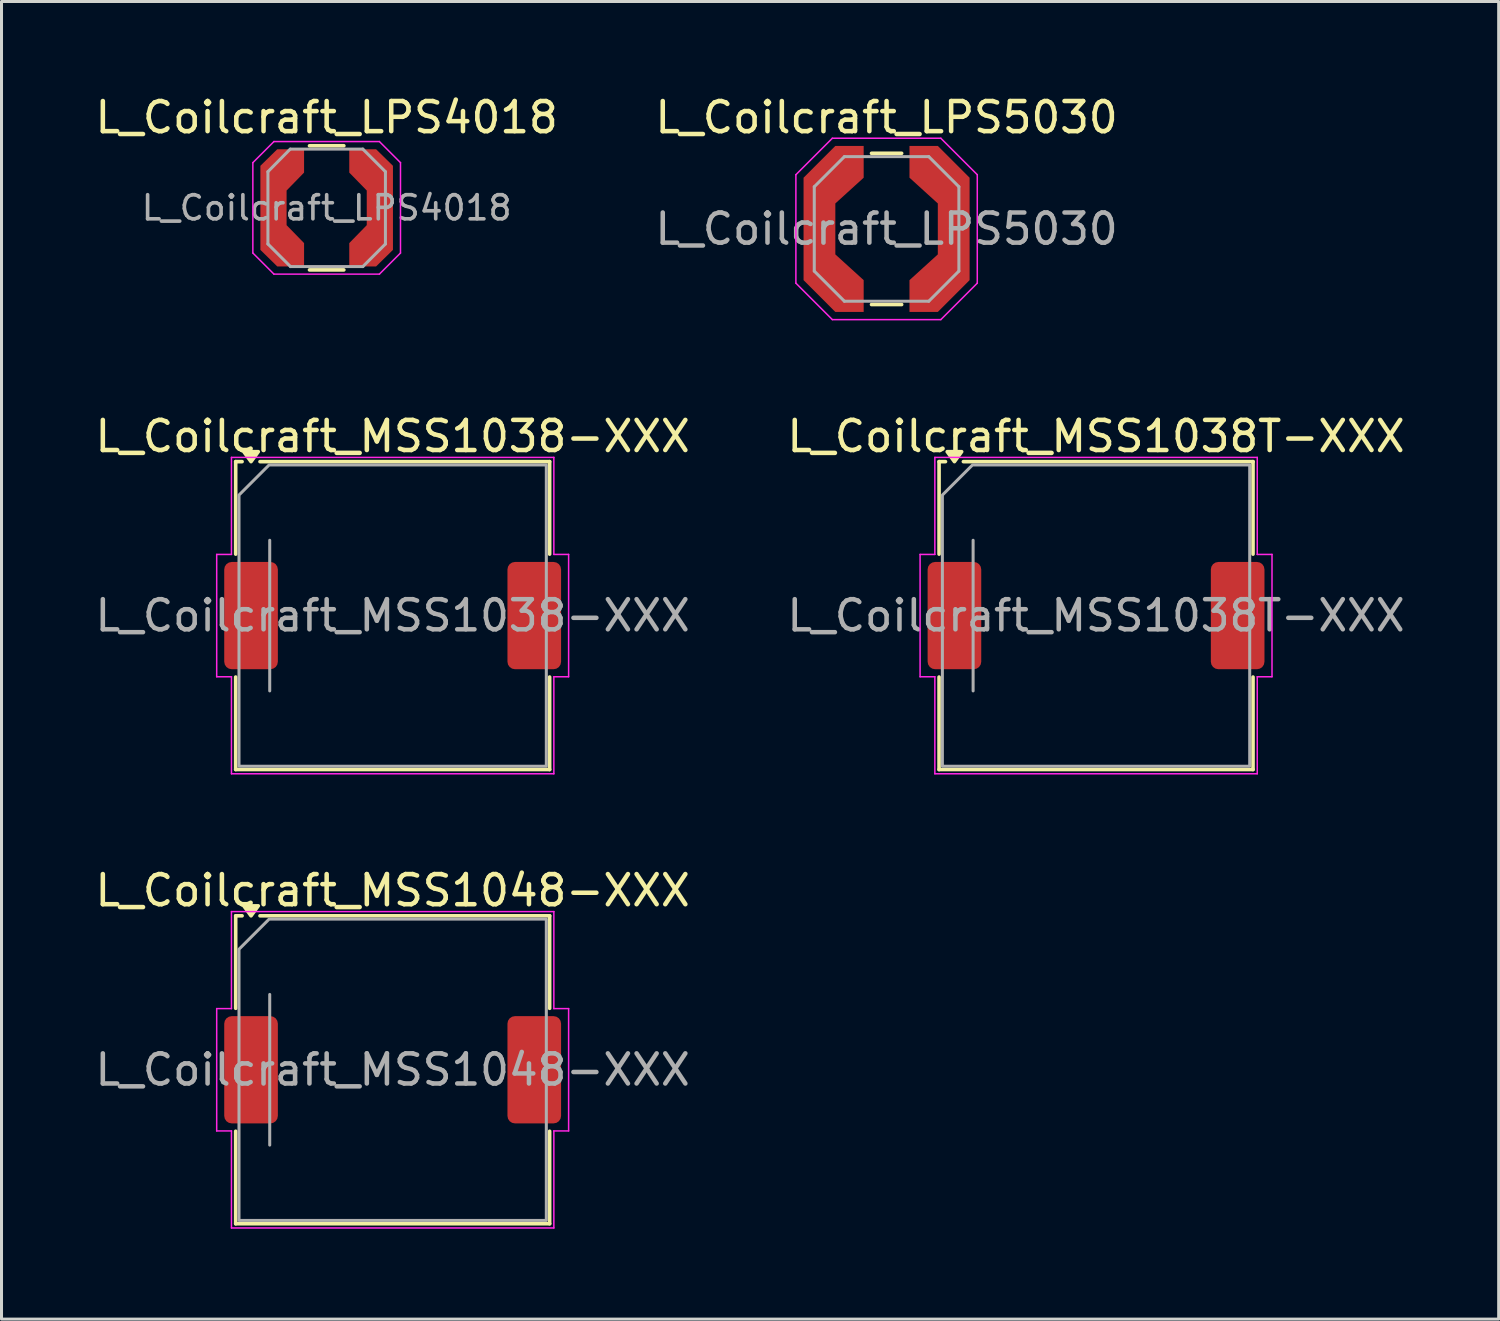
<source format=kicad_pcb>
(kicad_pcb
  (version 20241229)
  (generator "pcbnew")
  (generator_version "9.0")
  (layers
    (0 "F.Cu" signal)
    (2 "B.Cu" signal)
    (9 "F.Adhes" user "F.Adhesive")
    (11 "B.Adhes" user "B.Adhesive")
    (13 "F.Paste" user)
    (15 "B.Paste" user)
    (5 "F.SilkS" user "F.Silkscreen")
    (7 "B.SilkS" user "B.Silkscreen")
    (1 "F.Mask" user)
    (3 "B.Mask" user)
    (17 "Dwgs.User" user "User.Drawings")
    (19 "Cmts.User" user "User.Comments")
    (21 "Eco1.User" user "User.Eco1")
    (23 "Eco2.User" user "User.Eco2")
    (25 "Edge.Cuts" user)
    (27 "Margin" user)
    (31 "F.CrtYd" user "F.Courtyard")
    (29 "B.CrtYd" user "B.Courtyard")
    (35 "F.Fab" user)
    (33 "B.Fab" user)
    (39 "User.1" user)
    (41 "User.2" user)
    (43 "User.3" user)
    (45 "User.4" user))
  (footprint "L_Coilcraft_LPS5030"
    (layer "F.Cu")
    (at 26.375 4.548)
    (property "Reference" "L_Coilcraft_LPS5030" (at 0 -3.7 0) (layer "F.SilkS") (effects (font (size 1 1) (thickness 0.15))))
    (attr smd)
    (fp_line (start -0.5 -2.51) (end 0.5 -2.51) (stroke (width 0.12) (type solid)) (layer "F.SilkS"))
    (fp_line (start -0.5 2.51) (end 0.5 2.51) (stroke (width 0.12) (type solid)) (layer "F.SilkS"))
    (fp_line (start -3.01 -1.8) (end -1.8 -3.01) (stroke (width 0.05) (type solid)) (layer "F.CrtYd"))
    (fp_line (start -3.01 1.8) (end -3.01 -1.8) (stroke (width 0.05) (type solid)) (layer "F.CrtYd"))
    (fp_line (start -1.8 -3.01) (end 1.8 -3.01) (stroke (width 0.05) (type solid)) (layer "F.CrtYd"))
    (fp_line (start -1.8 3.01) (end -3.01 1.8) (stroke (width 0.05) (type solid)) (layer "F.CrtYd"))
    (fp_line (start 1.8 -3.01) (end 3.01 -1.8) (stroke (width 0.05) (type solid)) (layer "F.CrtYd"))
    (fp_line (start 1.8 3.01) (end -1.8 3.01) (stroke (width 0.05) (type solid)) (layer "F.CrtYd"))
    (fp_line (start 3.01 -1.8) (end 3.01 1.8) (stroke (width 0.05) (type solid)) (layer "F.CrtYd"))
    (fp_line (start 3.01 1.8) (end 1.8 3.01) (stroke (width 0.05) (type solid)) (layer "F.CrtYd"))
    (fp_line (start -2.4 -1.4) (end -1.4 -2.4) (stroke (width 0.1) (type solid)) (layer "F.Fab"))
    (fp_line (start -2.4 1.4) (end -2.4 -1.4) (stroke (width 0.1) (type solid)) (layer "F.Fab"))
    (fp_line (start -2.4 1.4) (end -1.4 2.4) (stroke (width 0.1) (type solid)) (layer "F.Fab"))
    (fp_line (start -1.4 -2.4) (end 1.4 -2.4) (stroke (width 0.1) (type solid)) (layer "F.Fab"))
    (fp_line (start 1.4 -2.4) (end 2.4 -1.4) (stroke (width 0.1) (type solid)) (layer "F.Fab"))
    (fp_line (start 1.4 2.4) (end -1.4 2.4) (stroke (width 0.1) (type solid)) (layer "F.Fab"))
    (fp_line (start 2.4 -1.4) (end 2.4 1.4) (stroke (width 0.1) (type solid)) (layer "F.Fab"))
    (fp_line (start 2.4 1.4) (end 1.4 2.4) (stroke (width 0.1) (type solid)) (layer "F.Fab"))
    (fp_text user "${REFERENCE}" (at 0 0 0) (layer "F.Fab") (effects (font (size 1 1) (thickness 0.15))))
    (pad "1" smd custom (at -2.228 0) (size 1.055 3.4) (layers "F.Cu" "F.Mask" "F.Paste") (options (anchor rect)) (primitives (gr_poly (pts (xy 1.468 -1.7) (xy 0.527 -0.845) (xy 0.527 0.845) (xy 1.468 1.7) (xy 1.468 2.755) (xy 0.527 2.755) (xy -0.527 1.7) (xy -0.527 -1.7) (xy 0.527 -2.755) (xy 1.468 -2.755)) (width 0) (fill yes))))
    (pad "2" smd custom (at 2.228 0) (size 1.055 3.4) (layers "F.Cu" "F.Mask" "F.Paste") (options (anchor rect)) (primitives (gr_poly (pts (xy 0.527 -1.7) (xy 0.527 1.7) (xy -0.527 2.755) (xy -1.468 2.755) (xy -1.468 1.7) (xy -0.527 0.845) (xy -0.527 -0.845) (xy -1.468 -1.7) (xy -1.468 -2.755) (xy -0.527 -2.755)) (width 0) (fill yes)))))
  (footprint "L_Coilcraft_MSS1048-XXX"
    (layer "F.Cu")
    (at 9.982 32.455)
    (property "Reference" "L_Coilcraft_MSS1048-XXX" (at 0 -5.95 0) (layer "F.SilkS") (effects (font (size 1 1) (thickness 0.15))))
    (attr smd)
    (fp_line (start -5.21 -5.11) (end -4.997 -5.11) (stroke (width 0.12) (type solid)) (layer "F.SilkS"))
    (fp_line (start -5.21 -2.04) (end -5.21 -5.11) (stroke (width 0.12) (type solid)) (layer "F.SilkS"))
    (fp_line (start -5.21 5.11) (end -5.21 2.04) (stroke (width 0.12) (type solid)) (layer "F.SilkS"))
    (fp_line (start -4.403 -5.11) (end 5.21 -5.11) (stroke (width 0.12) (type solid)) (layer "F.SilkS"))
    (fp_line (start 5.21 -5.11) (end 5.21 -2.04) (stroke (width 0.12) (type solid)) (layer "F.SilkS"))
    (fp_line (start 5.21 2.04) (end 5.21 5.11) (stroke (width 0.12) (type solid)) (layer "F.SilkS"))
    (fp_line (start 5.21 5.11) (end -5.21 5.11) (stroke (width 0.12) (type solid)) (layer "F.SilkS"))
    (fp_poly (pts (xy -4.7 -5.11) (xy -4.94 -5.44) (xy -4.46 -5.44)) (stroke (width 0.12) (type solid)) (fill yes) (layer "F.SilkS"))
    (fp_line (start -5.84 -2.03) (end -5.35 -2.03) (stroke (width 0.05) (type solid)) (layer "F.CrtYd"))
    (fp_line (start -5.84 2.03) (end -5.84 -2.03) (stroke (width 0.05) (type solid)) (layer "F.CrtYd"))
    (fp_line (start -5.35 -5.25) (end 5.35 -5.25) (stroke (width 0.05) (type solid)) (layer "F.CrtYd"))
    (fp_line (start -5.35 -2.03) (end -5.35 -5.25) (stroke (width 0.05) (type solid)) (layer "F.CrtYd"))
    (fp_line (start -5.35 2.03) (end -5.84 2.03) (stroke (width 0.05) (type solid)) (layer "F.CrtYd"))
    (fp_line (start -5.35 5.25) (end -5.35 2.03) (stroke (width 0.05) (type solid)) (layer "F.CrtYd"))
    (fp_line (start 5.35 -5.25) (end 5.35 -2.03) (stroke (width 0.05) (type solid)) (layer "F.CrtYd"))
    (fp_line (start 5.35 -2.03) (end 5.84 -2.03) (stroke (width 0.05) (type solid)) (layer "F.CrtYd"))
    (fp_line (start 5.35 2.03) (end 5.35 5.25) (stroke (width 0.05) (type solid)) (layer "F.CrtYd"))
    (fp_line (start 5.35 5.25) (end -5.35 5.25) (stroke (width 0.05) (type solid)) (layer "F.CrtYd"))
    (fp_line (start 5.84 -2.03) (end 5.84 2.03) (stroke (width 0.05) (type solid)) (layer "F.CrtYd"))
    (fp_line (start 5.84 2.03) (end 5.35 2.03) (stroke (width 0.05) (type solid)) (layer "F.CrtYd"))
    (fp_line (start -4.08 2.5) (end -4.08 -2.5) (stroke (width 0.1) (type solid)) (layer "F.Fab"))
    (fp_poly (pts (xy -5.1 -4) (xy -5.1 5) (xy 5.1 5) (xy 5.1 -5) (xy -4.1 -5)) (stroke (width 0.1) (type solid)) (fill no) (layer "F.Fab"))
    (fp_text user "${REFERENCE}" (at 0 0 0) (layer "F.Fab") (effects (font (size 1 1) (thickness 0.15))))
    (pad "1" smd roundrect (at -4.7 0) (size 1.78 3.56) (layers "F.Cu" "F.Mask" "F.Paste") (roundrect_rratio 0.14))
    (pad "2" smd roundrect (at 4.7 0) (size 1.78 3.56) (layers "F.Cu" "F.Mask" "F.Paste") (roundrect_rratio 0.14)))
  (footprint "L_Coilcraft_MSS1038T-XXX"
    (layer "F.Cu")
    (at 33.327 17.381)
    (property "Reference" "L_Coilcraft_MSS1038T-XXX" (at 0 -5.95 0) (layer "F.SilkS") (effects (font (size 1 1) (thickness 0.15))))
    (attr smd)
    (fp_line (start -5.21 -5.11) (end -4.997 -5.11) (stroke (width 0.12) (type solid)) (layer "F.SilkS"))
    (fp_line (start -5.21 -2.04) (end -5.21 -5.11) (stroke (width 0.12) (type solid)) (layer "F.SilkS"))
    (fp_line (start -5.21 5.11) (end -5.21 2.04) (stroke (width 0.12) (type solid)) (layer "F.SilkS"))
    (fp_line (start -4.403 -5.11) (end 5.21 -5.11) (stroke (width 0.12) (type solid)) (layer "F.SilkS"))
    (fp_line (start 5.21 -5.11) (end 5.21 -2.04) (stroke (width 0.12) (type solid)) (layer "F.SilkS"))
    (fp_line (start 5.21 2.04) (end 5.21 5.11) (stroke (width 0.12) (type solid)) (layer "F.SilkS"))
    (fp_line (start 5.21 5.11) (end -5.21 5.11) (stroke (width 0.12) (type solid)) (layer "F.SilkS"))
    (fp_poly (pts (xy -4.7 -5.11) (xy -4.94 -5.44) (xy -4.46 -5.44)) (stroke (width 0.12) (type solid)) (fill yes) (layer "F.SilkS"))
    (fp_line (start -5.84 -2.03) (end -5.35 -2.03) (stroke (width 0.05) (type solid)) (layer "F.CrtYd"))
    (fp_line (start -5.84 2.03) (end -5.84 -2.03) (stroke (width 0.05) (type solid)) (layer "F.CrtYd"))
    (fp_line (start -5.35 -5.25) (end 5.35 -5.25) (stroke (width 0.05) (type solid)) (layer "F.CrtYd"))
    (fp_line (start -5.35 -2.03) (end -5.35 -5.25) (stroke (width 0.05) (type solid)) (layer "F.CrtYd"))
    (fp_line (start -5.35 2.03) (end -5.84 2.03) (stroke (width 0.05) (type solid)) (layer "F.CrtYd"))
    (fp_line (start -5.35 5.25) (end -5.35 2.03) (stroke (width 0.05) (type solid)) (layer "F.CrtYd"))
    (fp_line (start 5.35 -5.25) (end 5.35 -2.03) (stroke (width 0.05) (type solid)) (layer "F.CrtYd"))
    (fp_line (start 5.35 -2.03) (end 5.84 -2.03) (stroke (width 0.05) (type solid)) (layer "F.CrtYd"))
    (fp_line (start 5.35 2.03) (end 5.35 5.25) (stroke (width 0.05) (type solid)) (layer "F.CrtYd"))
    (fp_line (start 5.35 5.25) (end -5.35 5.25) (stroke (width 0.05) (type solid)) (layer "F.CrtYd"))
    (fp_line (start 5.84 -2.03) (end 5.84 2.03) (stroke (width 0.05) (type solid)) (layer "F.CrtYd"))
    (fp_line (start 5.84 2.03) (end 5.35 2.03) (stroke (width 0.05) (type solid)) (layer "F.CrtYd"))
    (fp_line (start -4.08 2.5) (end -4.08 -2.5) (stroke (width 0.1) (type solid)) (layer "F.Fab"))
    (fp_poly (pts (xy -5.1 -4) (xy -5.1 5) (xy 5.1 5) (xy 5.1 -5) (xy -4.1 -5)) (stroke (width 0.1) (type solid)) (fill no) (layer "F.Fab"))
    (fp_text user "${REFERENCE}" (at 0 0 0) (layer "F.Fab") (effects (font (size 1 1) (thickness 0.15))))
    (pad "1" smd roundrect (at -4.7 0) (size 1.78 3.56) (layers "F.Cu" "F.Mask" "F.Paste") (roundrect_rratio 0.14))
    (pad "2" smd roundrect (at 4.7 0) (size 1.78 3.56) (layers "F.Cu" "F.Mask" "F.Paste") (roundrect_rratio 0.14)))
  (footprint "L_Coilcraft_MSS1038-XXX"
    (layer "F.Cu")
    (at 9.982 17.381)
    (property "Reference" "L_Coilcraft_MSS1038-XXX" (at 0 -5.95 0) (layer "F.SilkS") (effects (font (size 1 1) (thickness 0.15))))
    (attr smd)
    (fp_line (start -5.21 -5.11) (end -4.997 -5.11) (stroke (width 0.12) (type solid)) (layer "F.SilkS"))
    (fp_line (start -5.21 -2.04) (end -5.21 -5.11) (stroke (width 0.12) (type solid)) (layer "F.SilkS"))
    (fp_line (start -5.21 5.11) (end -5.21 2.04) (stroke (width 0.12) (type solid)) (layer "F.SilkS"))
    (fp_line (start -4.403 -5.11) (end 5.21 -5.11) (stroke (width 0.12) (type solid)) (layer "F.SilkS"))
    (fp_line (start 5.21 -5.11) (end 5.21 -2.04) (stroke (width 0.12) (type solid)) (layer "F.SilkS"))
    (fp_line (start 5.21 2.04) (end 5.21 5.11) (stroke (width 0.12) (type solid)) (layer "F.SilkS"))
    (fp_line (start 5.21 5.11) (end -5.21 5.11) (stroke (width 0.12) (type solid)) (layer "F.SilkS"))
    (fp_poly (pts (xy -4.7 -5.11) (xy -4.94 -5.44) (xy -4.46 -5.44)) (stroke (width 0.12) (type solid)) (fill yes) (layer "F.SilkS"))
    (fp_line (start -5.84 -2.03) (end -5.35 -2.03) (stroke (width 0.05) (type solid)) (layer "F.CrtYd"))
    (fp_line (start -5.84 2.03) (end -5.84 -2.03) (stroke (width 0.05) (type solid)) (layer "F.CrtYd"))
    (fp_line (start -5.35 -5.25) (end 5.35 -5.25) (stroke (width 0.05) (type solid)) (layer "F.CrtYd"))
    (fp_line (start -5.35 -2.03) (end -5.35 -5.25) (stroke (width 0.05) (type solid)) (layer "F.CrtYd"))
    (fp_line (start -5.35 2.03) (end -5.84 2.03) (stroke (width 0.05) (type solid)) (layer "F.CrtYd"))
    (fp_line (start -5.35 5.25) (end -5.35 2.03) (stroke (width 0.05) (type solid)) (layer "F.CrtYd"))
    (fp_line (start 5.35 -5.25) (end 5.35 -2.03) (stroke (width 0.05) (type solid)) (layer "F.CrtYd"))
    (fp_line (start 5.35 -2.03) (end 5.84 -2.03) (stroke (width 0.05) (type solid)) (layer "F.CrtYd"))
    (fp_line (start 5.35 2.03) (end 5.35 5.25) (stroke (width 0.05) (type solid)) (layer "F.CrtYd"))
    (fp_line (start 5.35 5.25) (end -5.35 5.25) (stroke (width 0.05) (type solid)) (layer "F.CrtYd"))
    (fp_line (start 5.84 -2.03) (end 5.84 2.03) (stroke (width 0.05) (type solid)) (layer "F.CrtYd"))
    (fp_line (start 5.84 2.03) (end 5.35 2.03) (stroke (width 0.05) (type solid)) (layer "F.CrtYd"))
    (fp_line (start -4.08 2.5) (end -4.08 -2.5) (stroke (width 0.1) (type solid)) (layer "F.Fab"))
    (fp_poly (pts (xy -5.1 -4) (xy -5.1 5) (xy 5.1 5) (xy 5.1 -5) (xy -4.1 -5)) (stroke (width 0.1) (type solid)) (fill no) (layer "F.Fab"))
    (fp_text user "${REFERENCE}" (at 0 0 0) (layer "F.Fab") (effects (font (size 1 1) (thickness 0.15))))
    (pad "1" smd roundrect (at -4.7 0) (size 1.78 3.56) (layers "F.Cu" "F.Mask" "F.Paste") (roundrect_rratio 0.14))
    (pad "2" smd roundrect (at 4.7 0) (size 1.78 3.56) (layers "F.Cu" "F.Mask" "F.Paste") (roundrect_rratio 0.14)))
  (footprint "L_Coilcraft_LPS4018"
    (layer "F.Cu")
    (at 7.792 3.848)
    (property "Reference" "L_Coilcraft_LPS4018" (at 0 -3 0) (layer "F.SilkS") (effects (font (size 1 1) (thickness 0.15))))
    (attr smd)
    (fp_line (start -0.57 -2.06) (end 0.57 -2.06) (stroke (width 0.12) (type solid)) (layer "F.SilkS"))
    (fp_line (start -0.57 2.06) (end 0.57 2.06) (stroke (width 0.12) (type solid)) (layer "F.SilkS"))
    (fp_line (start -2.45 -1.5) (end -2.45 1.5) (stroke (width 0.05) (type solid)) (layer "F.CrtYd"))
    (fp_line (start -1.75 -2.2) (end -2.45 -1.5) (stroke (width 0.05) (type solid)) (layer "F.CrtYd"))
    (fp_line (start -1.75 -2.2) (end 1.75 -2.2) (stroke (width 0.05) (type solid)) (layer "F.CrtYd"))
    (fp_line (start -1.75 2.2) (end -2.45 1.5) (stroke (width 0.05) (type solid)) (layer "F.CrtYd"))
    (fp_line (start -1.75 2.2) (end 1.75 2.2) (stroke (width 0.05) (type solid)) (layer "F.CrtYd"))
    (fp_line (start 1.75 -2.2) (end 2.45 -1.5) (stroke (width 0.05) (type solid)) (layer "F.CrtYd"))
    (fp_line (start 1.75 2.2) (end 2.45 1.5) (stroke (width 0.05) (type solid)) (layer "F.CrtYd"))
    (fp_line (start 2.45 -1.5) (end 2.45 1.5) (stroke (width 0.05) (type solid)) (layer "F.CrtYd"))
    (fp_line (start -1.95 -1.2) (end -1.21 -1.95) (stroke (width 0.1) (type solid)) (layer "F.Fab"))
    (fp_line (start -1.95 1.2) (end -1.95 -1.2) (stroke (width 0.1) (type solid)) (layer "F.Fab"))
    (fp_line (start -1.95 1.2) (end -1.2 1.95) (stroke (width 0.1) (type solid)) (layer "F.Fab"))
    (fp_line (start -1.2 -1.95) (end 1.2 -1.95) (stroke (width 0.1) (type solid)) (layer "F.Fab"))
    (fp_line (start 1.2 -1.95) (end 1.95 -1.2) (stroke (width 0.1) (type solid)) (layer "F.Fab"))
    (fp_line (start 1.2 1.95) (end -1.2 1.95) (stroke (width 0.1) (type solid)) (layer "F.Fab"))
    (fp_line (start 1.2 1.95) (end 1.95 1.2) (stroke (width 0.1) (type solid)) (layer "F.Fab"))
    (fp_line (start 1.95 -1.2) (end 1.95 1.2) (stroke (width 0.1) (type solid)) (layer "F.Fab"))
    (fp_text user "${REFERENCE}" (at 0 0 0) (layer "F.Fab") (effects (font (size 0.8 0.8) (thickness 0.12))))
    (pad "1" smd custom (at -1.765 0) (size 0.87 2.79) (layers "F.Cu" "F.Mask" "F.Paste") (options (anchor rect)) (primitives (gr_poly (pts (xy 1.015 -1.17) (xy 0.435 -0.575) (xy 0.435 0.575) (xy 1.015 1.17) (xy 1.015 1.945) (xy 0.125 1.945) (xy -0.435 1.395) (xy -0.435 -1.395) (xy 0.125 -1.945) (xy 1.015 -1.945)) (width 0) (fill yes))))
    (pad "2" smd custom (at 1.765 0) (size 0.87 2.79) (layers "F.Cu" "F.Mask" "F.Paste") (options (anchor rect)) (primitives (gr_poly (pts (xy 0.435 -1.395) (xy 0.435 1.395) (xy -0.125 1.945) (xy -1.015 1.945) (xy -1.015 1.17) (xy -0.435 0.575) (xy -0.435 -0.575) (xy -1.015 -1.17) (xy -1.015 -1.945) (xy -0.125 -1.945)) (width 0) (fill yes)))))
  (gr_rect
    (start -3 -3)
    (end 46.69 40.73)
    (stroke (width 0.1) (type default))
    (fill no)
    (layer "Edge.Cuts")))
</source>
